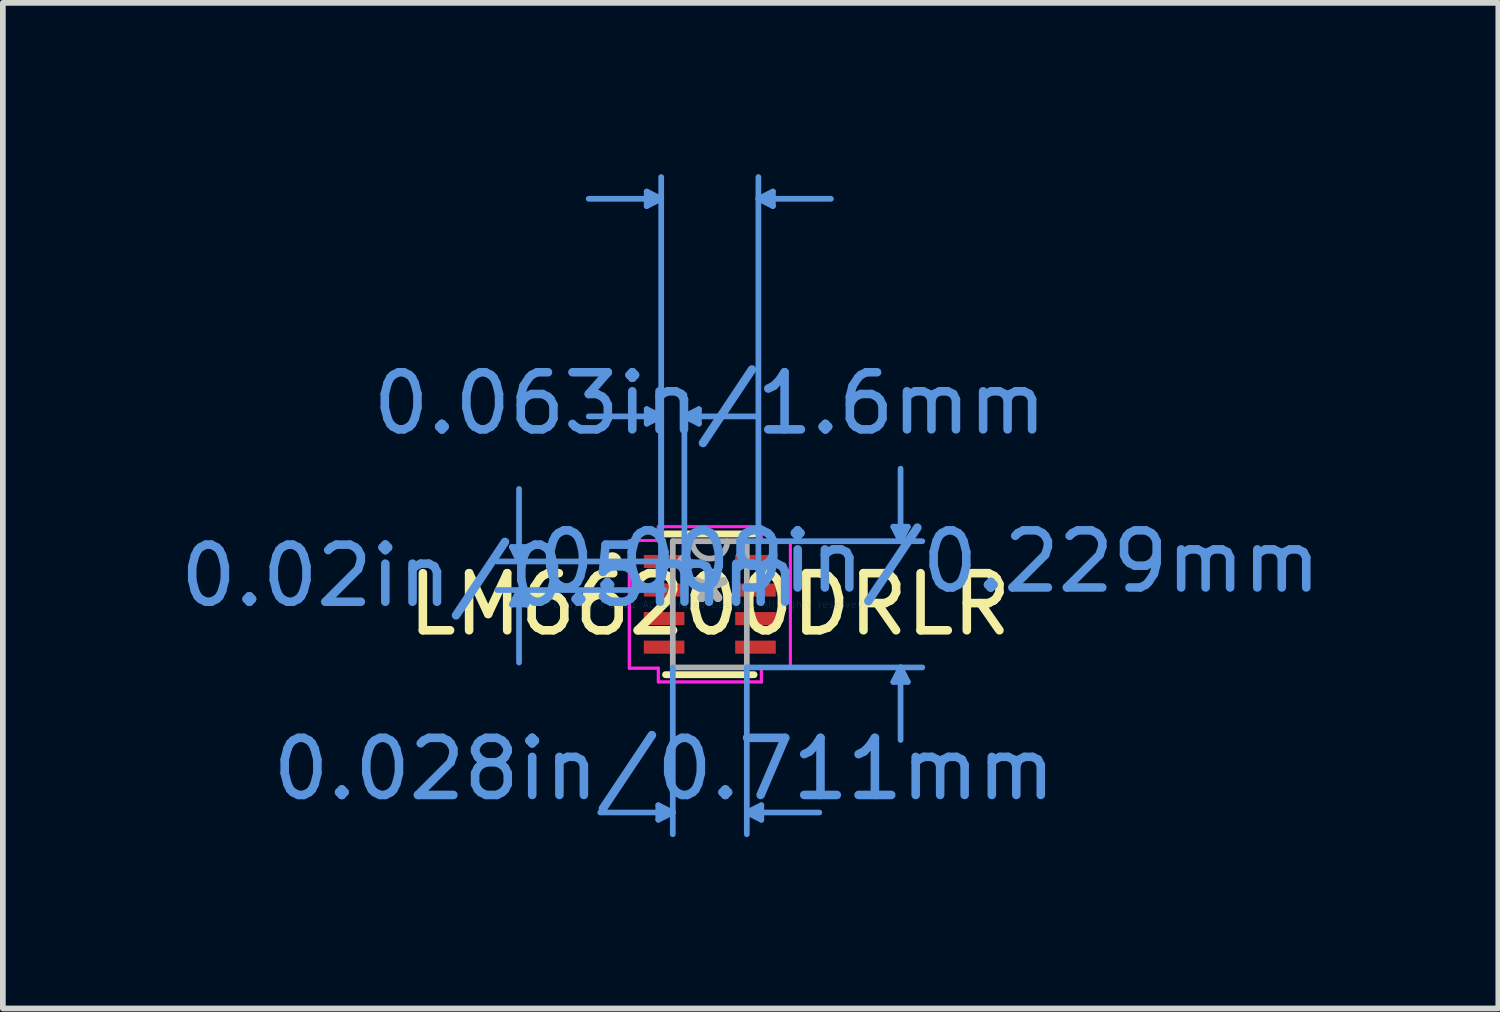
<source format=kicad_pcb>
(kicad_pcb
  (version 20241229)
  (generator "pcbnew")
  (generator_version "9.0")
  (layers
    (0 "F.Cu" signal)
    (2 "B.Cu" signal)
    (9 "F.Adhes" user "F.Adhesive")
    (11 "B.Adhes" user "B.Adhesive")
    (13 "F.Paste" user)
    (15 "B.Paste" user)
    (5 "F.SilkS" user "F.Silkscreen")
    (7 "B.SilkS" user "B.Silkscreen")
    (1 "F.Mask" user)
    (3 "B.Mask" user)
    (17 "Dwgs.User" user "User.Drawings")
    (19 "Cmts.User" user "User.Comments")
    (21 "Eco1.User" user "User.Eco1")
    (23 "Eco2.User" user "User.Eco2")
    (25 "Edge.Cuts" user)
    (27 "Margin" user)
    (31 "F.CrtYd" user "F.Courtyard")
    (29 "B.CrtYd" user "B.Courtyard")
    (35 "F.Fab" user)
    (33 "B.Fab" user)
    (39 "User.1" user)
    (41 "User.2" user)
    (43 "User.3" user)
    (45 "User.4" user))
  (footprint "LM66200DRLR"
    (layer "F.Cu")
    (at 9.378 7.531)
    (property "Reference" "LM66200DRLR" (at 0 0 0) (layer "F.SilkS") (effects (font (size 1 1) (thickness 0.15))))
    (attr through_hole)
    (fp_line (start -0.775 1.232) (end 0.775 1.232) (stroke (width 0.12) (type solid)) (layer "F.SilkS"))
    (fp_line (start 0.775 -1.232) (end -0.775 -1.232) (stroke (width 0.12) (type solid)) (layer "F.SilkS"))
    (fp_circle (center -1.707 -0.75) (end -1.605 -0.75) (stroke (width 0.12) (type solid)) (fill no) (layer "F.SilkS"))
    (fp_line (start -3.467 -1.004) (end -3.213 -1.004) (stroke (width 0.1) (type solid)) (layer "Cmts.User"))
    (fp_line (start -3.467 0.004) (end -3.213 0.004) (stroke (width 0.1) (type solid)) (layer "Cmts.User"))
    (fp_line (start -3.34 -0.75) (end -3.467 -1.004) (stroke (width 0.1) (type solid)) (layer "Cmts.User"))
    (fp_line (start -3.34 -0.75) (end -3.34 -2.02) (stroke (width 0.1) (type solid)) (layer "Cmts.User"))
    (fp_line (start -3.34 -0.75) (end -3.213 -1.004) (stroke (width 0.1) (type solid)) (layer "Cmts.User"))
    (fp_line (start -3.34 -0.25) (end -3.467 0.004) (stroke (width 0.1) (type solid)) (layer "Cmts.User"))
    (fp_line (start -3.34 -0.25) (end -3.34 1.02) (stroke (width 0.1) (type solid)) (layer "Cmts.User"))
    (fp_line (start -3.34 -0.25) (end -3.213 0.004) (stroke (width 0.1) (type solid)) (layer "Cmts.User"))
    (fp_line (start -1.105 -7.227) (end -1.105 -6.973) (stroke (width 0.1) (type solid)) (layer "Cmts.User"))
    (fp_line (start -1.105 -3.417) (end -1.105 -3.163) (stroke (width 0.1) (type solid)) (layer "Cmts.User"))
    (fp_line (start -0.902 3.518) (end -0.902 3.772) (stroke (width 0.1) (type solid)) (layer "Cmts.User"))
    (fp_line (start -0.851 -7.1) (end -2.121 -7.1) (stroke (width 0.1) (type solid)) (layer "Cmts.User"))
    (fp_line (start -0.851 -7.1) (end -1.105 -7.227) (stroke (width 0.1) (type solid)) (layer "Cmts.User"))
    (fp_line (start -0.851 -7.1) (end -1.105 -6.973) (stroke (width 0.1) (type solid)) (layer "Cmts.User"))
    (fp_line (start -0.851 -3.29) (end -2.121 -3.29) (stroke (width 0.1) (type solid)) (layer "Cmts.User"))
    (fp_line (start -0.851 -3.29) (end -1.105 -3.417) (stroke (width 0.1) (type solid)) (layer "Cmts.User"))
    (fp_line (start -0.851 -3.29) (end -1.105 -3.163) (stroke (width 0.1) (type solid)) (layer "Cmts.User"))
    (fp_line (start -0.851 -0.75) (end -0.851 -7.481) (stroke (width 0.1) (type solid)) (layer "Cmts.User"))
    (fp_line (start -0.851 -0.75) (end -0.851 -3.671) (stroke (width 0.1) (type solid)) (layer "Cmts.User"))
    (fp_line (start -0.8 -0.75) (end -3.721 -0.75) (stroke (width 0.1) (type solid)) (layer "Cmts.User"))
    (fp_line (start -0.8 -0.25) (end -3.721 -0.25) (stroke (width 0.1) (type solid)) (layer "Cmts.User"))
    (fp_line (start -0.648 1.105) (end -0.648 4.026) (stroke (width 0.1) (type solid)) (layer "Cmts.User"))
    (fp_line (start -0.648 3.645) (end -1.918 3.645) (stroke (width 0.1) (type solid)) (layer "Cmts.User"))
    (fp_line (start -0.648 3.645) (end -0.902 3.518) (stroke (width 0.1) (type solid)) (layer "Cmts.User"))
    (fp_line (start -0.648 3.645) (end -0.902 3.772) (stroke (width 0.1) (type solid)) (layer "Cmts.User"))
    (fp_line (start -0.445 -3.29) (end -0.191 -3.417) (stroke (width 0.1) (type solid)) (layer "Cmts.User"))
    (fp_line (start -0.445 -3.29) (end -0.191 -3.163) (stroke (width 0.1) (type solid)) (layer "Cmts.User"))
    (fp_line (start -0.445 -3.29) (end 0.826 -3.29) (stroke (width 0.1) (type solid)) (layer "Cmts.User"))
    (fp_line (start -0.445 -0.75) (end -0.445 -3.671) (stroke (width 0.1) (type solid)) (layer "Cmts.User"))
    (fp_line (start -0.191 -3.417) (end -0.191 -3.163) (stroke (width 0.1) (type solid)) (layer "Cmts.User"))
    (fp_line (start 0.648 -1.105) (end 3.721 -1.105) (stroke (width 0.1) (type solid)) (layer "Cmts.User"))
    (fp_line (start 0.648 1.105) (end 0.648 4.026) (stroke (width 0.1) (type solid)) (layer "Cmts.User"))
    (fp_line (start 0.648 1.105) (end 3.721 1.105) (stroke (width 0.1) (type solid)) (layer "Cmts.User"))
    (fp_line (start 0.648 3.645) (end 0.902 3.518) (stroke (width 0.1) (type solid)) (layer "Cmts.User"))
    (fp_line (start 0.648 3.645) (end 0.902 3.772) (stroke (width 0.1) (type solid)) (layer "Cmts.User"))
    (fp_line (start 0.648 3.645) (end 1.918 3.645) (stroke (width 0.1) (type solid)) (layer "Cmts.User"))
    (fp_line (start 0.851 -7.1) (end 1.105 -7.227) (stroke (width 0.1) (type solid)) (layer "Cmts.User"))
    (fp_line (start 0.851 -7.1) (end 1.105 -6.973) (stroke (width 0.1) (type solid)) (layer "Cmts.User"))
    (fp_line (start 0.851 -7.1) (end 2.121 -7.1) (stroke (width 0.1) (type solid)) (layer "Cmts.User"))
    (fp_line (start 0.851 -0.75) (end 0.851 -7.481) (stroke (width 0.1) (type solid)) (layer "Cmts.User"))
    (fp_line (start 0.902 3.518) (end 0.902 3.772) (stroke (width 0.1) (type solid)) (layer "Cmts.User"))
    (fp_line (start 1.105 -7.227) (end 1.105 -6.973) (stroke (width 0.1) (type solid)) (layer "Cmts.User"))
    (fp_line (start 3.213 -1.359) (end 3.467 -1.359) (stroke (width 0.1) (type solid)) (layer "Cmts.User"))
    (fp_line (start 3.213 1.359) (end 3.467 1.359) (stroke (width 0.1) (type solid)) (layer "Cmts.User"))
    (fp_line (start 3.34 -1.105) (end 3.213 -1.359) (stroke (width 0.1) (type solid)) (layer "Cmts.User"))
    (fp_line (start 3.34 -1.105) (end 3.34 -2.375) (stroke (width 0.1) (type solid)) (layer "Cmts.User"))
    (fp_line (start 3.34 -1.105) (end 3.467 -1.359) (stroke (width 0.1) (type solid)) (layer "Cmts.User"))
    (fp_line (start 3.34 1.105) (end 3.213 1.359) (stroke (width 0.1) (type solid)) (layer "Cmts.User"))
    (fp_line (start 3.34 1.105) (end 3.34 2.375) (stroke (width 0.1) (type solid)) (layer "Cmts.User"))
    (fp_line (start 3.34 1.105) (end 3.467 1.359) (stroke (width 0.1) (type solid)) (layer "Cmts.User"))
    (fp_line (start -1.41 -1.118) (end -0.902 -1.118) (stroke (width 0.05) (type solid)) (layer "F.CrtYd"))
    (fp_line (start -1.41 -1.118) (end -0.902 -1.118) (stroke (width 0.05) (type solid)) (layer "F.CrtYd"))
    (fp_line (start -1.41 1.118) (end -1.41 -1.118) (stroke (width 0.05) (type solid)) (layer "F.CrtYd"))
    (fp_line (start -1.41 1.118) (end -1.41 -1.118) (stroke (width 0.05) (type solid)) (layer "F.CrtYd"))
    (fp_line (start -1.41 1.118) (end -0.902 1.118) (stroke (width 0.05) (type solid)) (layer "F.CrtYd"))
    (fp_line (start -0.902 -1.359) (end 0.902 -1.359) (stroke (width 0.05) (type solid)) (layer "F.CrtYd"))
    (fp_line (start -0.902 -1.359) (end 0.902 -1.359) (stroke (width 0.05) (type solid)) (layer "F.CrtYd"))
    (fp_line (start -0.902 -1.118) (end -0.902 -1.359) (stroke (width 0.05) (type solid)) (layer "F.CrtYd"))
    (fp_line (start -0.902 -1.118) (end -0.902 -1.359) (stroke (width 0.05) (type solid)) (layer "F.CrtYd"))
    (fp_line (start -0.902 1.118) (end -1.41 1.118) (stroke (width 0.05) (type solid)) (layer "F.CrtYd"))
    (fp_line (start -0.902 1.359) (end -0.902 1.118) (stroke (width 0.05) (type solid)) (layer "F.CrtYd"))
    (fp_line (start -0.902 1.359) (end -0.902 1.118) (stroke (width 0.05) (type solid)) (layer "F.CrtYd"))
    (fp_line (start 0.902 -1.359) (end 0.902 -1.118) (stroke (width 0.05) (type solid)) (layer "F.CrtYd"))
    (fp_line (start 0.902 -1.359) (end 0.902 -1.118) (stroke (width 0.05) (type solid)) (layer "F.CrtYd"))
    (fp_line (start 0.902 -1.118) (end 1.41 -1.118) (stroke (width 0.05) (type solid)) (layer "F.CrtYd"))
    (fp_line (start 0.902 1.118) (end 0.902 1.359) (stroke (width 0.05) (type solid)) (layer "F.CrtYd"))
    (fp_line (start 0.902 1.118) (end 0.902 1.359) (stroke (width 0.05) (type solid)) (layer "F.CrtYd"))
    (fp_line (start 0.902 1.359) (end -0.902 1.359) (stroke (width 0.05) (type solid)) (layer "F.CrtYd"))
    (fp_line (start 0.902 1.359) (end -0.902 1.359) (stroke (width 0.05) (type solid)) (layer "F.CrtYd"))
    (fp_line (start 1.41 -1.118) (end 0.902 -1.118) (stroke (width 0.05) (type solid)) (layer "F.CrtYd"))
    (fp_line (start 1.41 -1.118) (end 1.41 1.118) (stroke (width 0.05) (type solid)) (layer "F.CrtYd"))
    (fp_line (start 1.41 -1.118) (end 1.41 1.118) (stroke (width 0.05) (type solid)) (layer "F.CrtYd"))
    (fp_line (start 1.41 1.118) (end 0.902 1.118) (stroke (width 0.05) (type solid)) (layer "F.CrtYd"))
    (fp_line (start 1.41 1.118) (end 0.902 1.118) (stroke (width 0.05) (type solid)) (layer "F.CrtYd"))
    (fp_line (start -0.648 -1.105) (end -0.648 1.105) (stroke (width 0.1) (type solid)) (layer "F.Fab"))
    (fp_line (start -0.648 1.105) (end 0.648 1.105) (stroke (width 0.1) (type solid)) (layer "F.Fab"))
    (fp_line (start 0.648 -1.105) (end -0.648 -1.105) (stroke (width 0.1) (type solid)) (layer "F.Fab"))
    (fp_line (start 0.648 1.105) (end 0.648 -1.105) (stroke (width 0.1) (type solid)) (layer "F.Fab"))
    (fp_arc (start 0.3048 -1.1049) (mid 0 -0.8001) (end -0.3048 -1.1049) (stroke (width 0.1) (type solid)) (layer "F.Fab"))
    (fp_circle (center -0.445 -0.75) (end -0.368 -0.75) (stroke (width 0.1) (type solid)) (fill no) (layer "F.Fab"))
    (fp_text user "*" (at 0 0 0) (layer "F.SilkS") (effects (font (size 1 1) (thickness 0.15))))
    (fp_text user "0.02in/0.5mm" (at -3.848 -0.5 0) (layer "Cmts.User") (effects (font (size 1 1) (thickness 0.15))))
    (fp_text user "0.028in/0.711mm" (at -0.8 2.883 0) (layer "Cmts.User") (effects (font (size 1 1) (thickness 0.15))))
    (fp_text user "0.009in/0.229mm" (at 3.848 -0.75 0) (layer "Cmts.User") (effects (font (size 1 1) (thickness 0.15))))
    (fp_text user "0.063in/1.6mm" (at 0 -3.518 0) (layer "Cmts.User") (effects (font (size 1 1) (thickness 0.15))))
    (fp_text user "Copyright 2021 Accelerated Designs. All rights reserved." (at 0 0 0) (layer "Cmts.User") (effects (font (size 0.127 0.127) (thickness 0.002))))
    (fp_text user "*" (at 0 0 0) (layer "F.Fab") (effects (font (size 1 1) (thickness 0.15))))
    (pad "1" smd rect (at -0.8 -0.75) (size 0.711 0.229) (layers "F.Cu" "F.Mask" "F.Paste"))
    (pad "2" smd rect (at -0.8 -0.25) (size 0.711 0.229) (layers "F.Cu" "F.Mask" "F.Paste"))
    (pad "3" smd rect (at -0.8 0.25) (size 0.711 0.229) (layers "F.Cu" "F.Mask" "F.Paste"))
    (pad "4" smd rect (at -0.8 0.75) (size 0.711 0.229) (layers "F.Cu" "F.Mask" "F.Paste"))
    (pad "5" smd rect (at 0.8 0.75) (size 0.711 0.229) (layers "F.Cu" "F.Mask" "F.Paste"))
    (pad "6" smd rect (at 0.8 0.25) (size 0.711 0.229) (layers "F.Cu" "F.Mask" "F.Paste"))
    (pad "7" smd rect (at 0.8 -0.25) (size 0.711 0.229) (layers "F.Cu" "F.Mask" "F.Paste"))
    (pad "8" smd rect (at 0.8 -0.75) (size 0.711 0.229) (layers "F.Cu" "F.Mask" "F.Paste")))
  (gr_rect
    (start -3 -3)
    (end 23.184 14.607)
    (stroke (width 0.1) (type default))
    (fill no)
    (layer "Edge.Cuts")))
</source>
